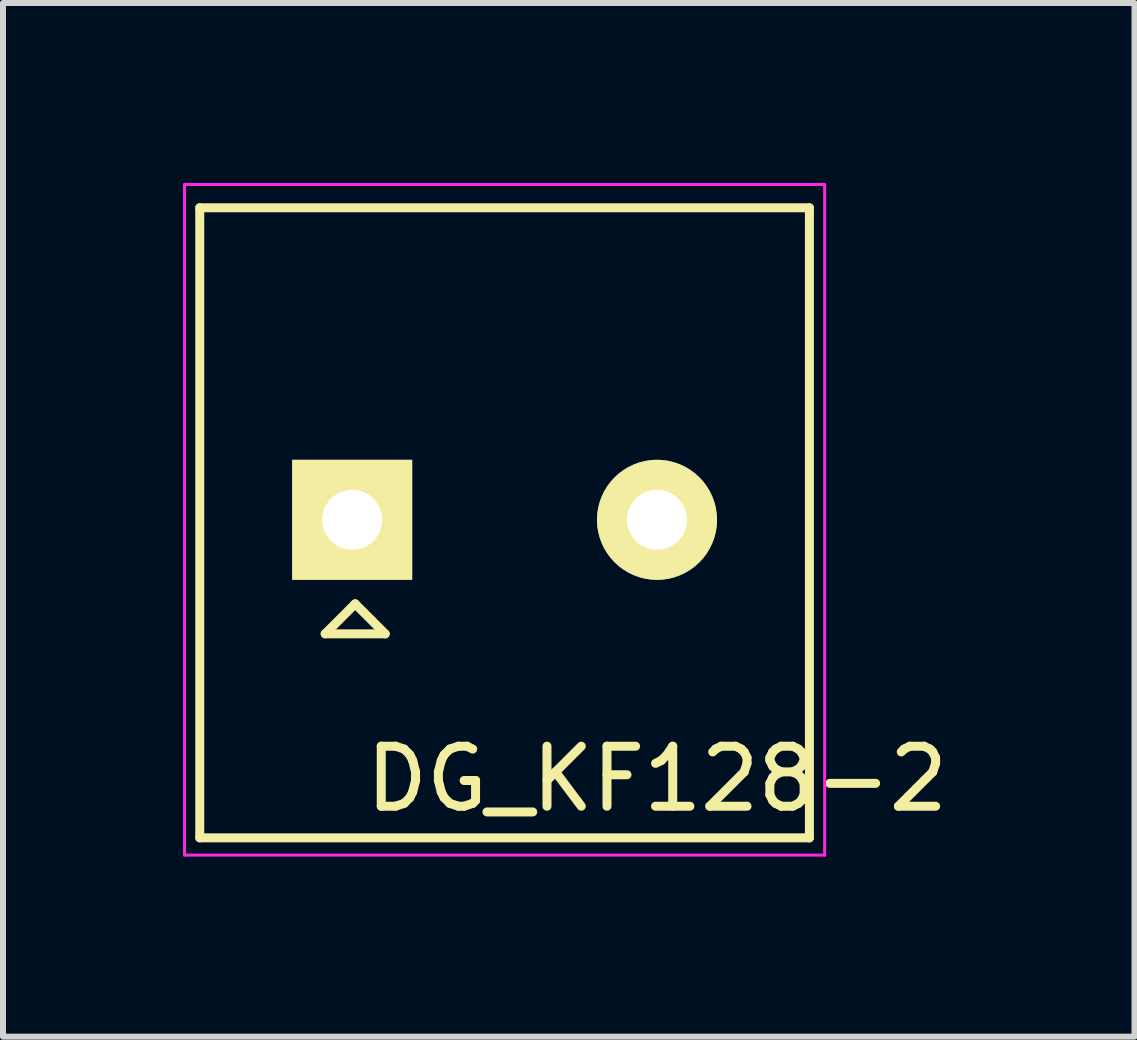
<source format=kicad_pcb>
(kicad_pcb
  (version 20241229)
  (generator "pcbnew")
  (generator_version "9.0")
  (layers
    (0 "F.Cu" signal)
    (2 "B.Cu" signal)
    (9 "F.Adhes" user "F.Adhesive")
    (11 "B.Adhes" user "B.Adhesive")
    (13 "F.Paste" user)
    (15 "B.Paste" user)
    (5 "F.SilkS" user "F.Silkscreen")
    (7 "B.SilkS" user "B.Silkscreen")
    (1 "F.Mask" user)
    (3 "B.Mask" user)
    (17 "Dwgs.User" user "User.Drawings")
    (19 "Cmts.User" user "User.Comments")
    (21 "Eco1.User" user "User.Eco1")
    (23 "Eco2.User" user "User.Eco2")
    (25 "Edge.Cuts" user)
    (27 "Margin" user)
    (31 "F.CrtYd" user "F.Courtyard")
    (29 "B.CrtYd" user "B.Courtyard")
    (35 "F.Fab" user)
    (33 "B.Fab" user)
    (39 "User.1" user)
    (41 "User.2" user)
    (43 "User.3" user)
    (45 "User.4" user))
  (footprint "DG_KF128-2"
    (layer "F.Cu")
    (at 2.819 5.613)
    (property "Reference" "DG_KF128-2" (at 5.08 4.318 0) (layer "F.SilkS") (effects (font (size 1 1) (thickness 0.15))))
    (attr through_hole)
    (fp_line (start -2.54 -5.2) (end -2.54 5.3) (stroke (width 0.15) (type solid)) (layer "F.SilkS"))
    (fp_line (start -2.54 -5.2) (end 7.62 -5.2) (stroke (width 0.15) (type solid)) (layer "F.SilkS"))
    (fp_line (start -2.54 5.3) (end 7.62 5.3) (stroke (width 0.15) (type solid)) (layer "F.SilkS"))
    (fp_line (start -0.45 1.9) (end 0.55 1.9) (stroke (width 0.15) (type solid)) (layer "F.SilkS"))
    (fp_line (start 0.05 1.4) (end -0.45 1.9) (stroke (width 0.15) (type solid)) (layer "F.SilkS"))
    (fp_line (start 0.05 1.4) (end 0.55 1.9) (stroke (width 0.15) (type solid)) (layer "F.SilkS"))
    (fp_line (start 7.62 -5.2) (end 7.62 5.3) (stroke (width 0.15) (type solid)) (layer "F.SilkS"))
    (fp_line (start -2.794 -5.588) (end -2.794 5.588) (stroke (width 0.05) (type solid)) (layer "F.CrtYd"))
    (fp_line (start -2.794 -5.588) (end 7.874 -5.588) (stroke (width 0.05) (type solid)) (layer "F.CrtYd"))
    (fp_line (start -2.794 5.588) (end 7.874 5.588) (stroke (width 0.05) (type solid)) (layer "F.CrtYd"))
    (fp_line (start 7.874 -5.588) (end 7.874 5.588) (stroke (width 0.05) (type solid)) (layer "F.CrtYd"))
    (pad "1" thru_hole rect (at 0 0) (size 2 2) (drill 1) (layers "*.Cu" "*.Mask" "F.SilkS"))
    (pad "2" thru_hole circle (at 5.08 0) (size 2 2) (drill 1) (layers "*.Cu" "*.Mask" "F.SilkS")))
  (gr_rect
    (start -3 -3)
    (end 15.857 14.226)
    (stroke (width 0.1) (type default))
    (fill no)
    (layer "Edge.Cuts")))
</source>
